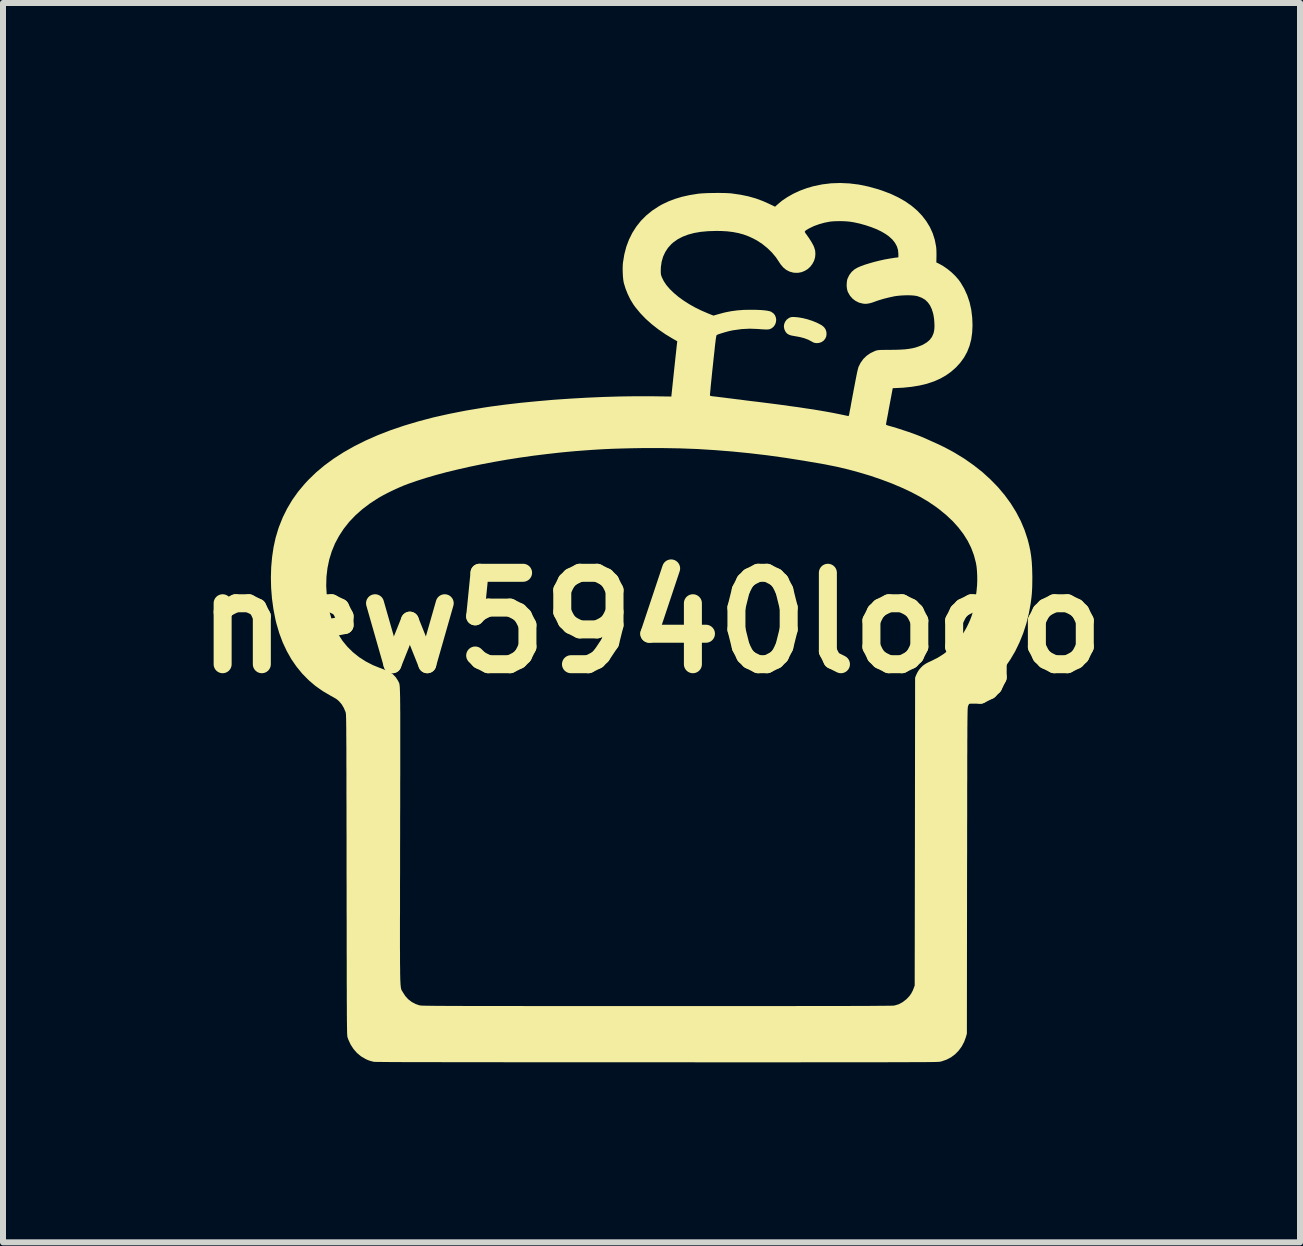
<source format=kicad_pcb>
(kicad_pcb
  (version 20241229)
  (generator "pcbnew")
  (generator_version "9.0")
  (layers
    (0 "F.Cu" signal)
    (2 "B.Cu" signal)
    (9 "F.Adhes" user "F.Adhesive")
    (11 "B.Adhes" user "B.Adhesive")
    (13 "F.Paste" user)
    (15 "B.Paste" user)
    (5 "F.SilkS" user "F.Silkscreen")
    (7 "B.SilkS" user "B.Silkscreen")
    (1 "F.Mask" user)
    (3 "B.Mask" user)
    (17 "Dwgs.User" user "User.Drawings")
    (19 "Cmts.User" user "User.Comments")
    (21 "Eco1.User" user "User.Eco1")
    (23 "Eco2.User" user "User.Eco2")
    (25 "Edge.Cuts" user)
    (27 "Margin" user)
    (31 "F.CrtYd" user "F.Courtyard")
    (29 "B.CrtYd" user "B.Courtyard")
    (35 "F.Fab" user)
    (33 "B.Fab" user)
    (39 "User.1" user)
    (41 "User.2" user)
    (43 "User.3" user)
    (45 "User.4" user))
  (footprint "new5940logo"
    (layer "F.Cu")
    (at 7.809 7.331)
    (property "Reference" "new5940logo" (at 0 0 0) (layer "F.SilkS") (effects (font (size 1.524 1.524) (thickness 0.3))))
    (attr board_only exclude_from_pos_files exclude_from_bom)
    (fp_poly (pts (xy 2.372 -5.098) (xy 2.443 -5.092) (xy 2.52 -5.079) (xy 2.601 -5.059) (xy 2.68 -5.033) (xy 2.754 -5.003) (xy 2.82 -4.969) (xy 2.839 -4.958) (xy 2.874 -4.929) (xy 2.899 -4.894) (xy 2.913 -4.855) (xy 2.917 -4.815) (xy 2.912 -4.775) (xy 2.896 -4.738) (xy 2.87 -4.705) (xy 2.835 -4.68) (xy 2.832 -4.679) (xy 2.791 -4.665) (xy 2.748 -4.662) (xy 2.711 -4.668) (xy 2.695 -4.675) (xy 2.674 -4.686) (xy 2.666 -4.691) (xy 2.61 -4.72) (xy 2.543 -4.745) (xy 2.465 -4.765) (xy 2.38 -4.78) (xy 2.331 -4.789) (xy 2.294 -4.801) (xy 2.265 -4.817) (xy 2.243 -4.839) (xy 2.233 -4.852) (xy 2.214 -4.892) (xy 2.206 -4.935) (xy 2.21 -4.977) (xy 2.226 -5.017) (xy 2.251 -5.052) (xy 2.287 -5.079) (xy 2.292 -5.082) (xy 2.315 -5.092) (xy 2.338 -5.097) (xy 2.367 -5.098)) (stroke (width 0) (type solid)) (fill yes) (layer "F.SilkS"))
    (fp_poly (pts (xy 3.298 -7.324) (xy 3.454 -7.305) (xy 3.613 -7.272) (xy 3.776 -7.227) (xy 3.847 -7.203) (xy 3.985 -7.151) (xy 4.112 -7.091) (xy 4.228 -7.025) (xy 4.333 -6.952) (xy 4.427 -6.872) (xy 4.509 -6.786) (xy 4.58 -6.694) (xy 4.639 -6.597) (xy 4.686 -6.494) (xy 4.721 -6.385) (xy 4.743 -6.271) (xy 4.746 -6.243) (xy 4.748 -6.206) (xy 4.749 -6.163) (xy 4.749 -6.121) (xy 4.749 -6.11) (xy 4.747 -6.007) (xy 4.791 -5.986) (xy 4.859 -5.948) (xy 4.929 -5.9) (xy 4.997 -5.845) (xy 5.061 -5.784) (xy 5.116 -5.721) (xy 5.148 -5.677) (xy 5.21 -5.573) (xy 5.261 -5.462) (xy 5.301 -5.344) (xy 5.329 -5.218) (xy 5.345 -5.086) (xy 5.35 -4.957) (xy 5.344 -4.836) (xy 5.328 -4.723) (xy 5.3 -4.617) (xy 5.261 -4.517) (xy 5.21 -4.424) (xy 5.147 -4.337) (xy 5.077 -4.26) (xy 4.996 -4.188) (xy 4.908 -4.125) (xy 4.811 -4.07) (xy 4.706 -4.024) (xy 4.593 -3.986) (xy 4.469 -3.956) (xy 4.336 -3.934) (xy 4.191 -3.919) (xy 4.125 -3.916) (xy 4.02 -3.911) (xy 3.964 -3.612) (xy 3.952 -3.55) (xy 3.942 -3.491) (xy 3.932 -3.439) (xy 3.923 -3.393) (xy 3.916 -3.355) (xy 3.911 -3.327) (xy 3.908 -3.31) (xy 3.908 -3.305) (xy 3.913 -3.3) (xy 3.929 -3.293) (xy 3.95 -3.286) (xy 4.025 -3.265) (xy 4.104 -3.241) (xy 4.186 -3.214) (xy 4.268 -3.187) (xy 4.346 -3.16) (xy 4.419 -3.133) (xy 4.483 -3.108) (xy 4.529 -3.089) (xy 4.614 -3.051) (xy 4.689 -3.017) (xy 4.754 -2.988) (xy 4.812 -2.961) (xy 4.863 -2.936) (xy 4.91 -2.912) (xy 4.954 -2.889) (xy 4.997 -2.866) (xy 5.04 -2.842) (xy 5.049 -2.837) (xy 5.214 -2.736) (xy 5.369 -2.627) (xy 5.515 -2.512) (xy 5.649 -2.39) (xy 5.773 -2.263) (xy 5.885 -2.13) (xy 5.986 -1.992) (xy 6.075 -1.849) (xy 6.152 -1.702) (xy 6.216 -1.551) (xy 6.267 -1.397) (xy 6.271 -1.383) (xy 6.294 -1.292) (xy 6.313 -1.203) (xy 6.327 -1.113) (xy 6.337 -1.02) (xy 6.343 -0.92) (xy 6.346 -0.811) (xy 6.347 -0.76) (xy 6.346 -0.678) (xy 6.345 -0.607) (xy 6.342 -0.542) (xy 6.338 -0.482) (xy 6.332 -0.422) (xy 6.324 -0.359) (xy 6.319 -0.323) (xy 6.288 -0.153) (xy 6.247 0.012) (xy 6.195 0.172) (xy 6.133 0.325) (xy 6.062 0.472) (xy 5.981 0.61) (xy 5.891 0.741) (xy 5.792 0.862) (xy 5.685 0.974) (xy 5.571 1.076) (xy 5.467 1.154) (xy 5.405 1.202) (xy 5.355 1.252) (xy 5.315 1.307) (xy 5.284 1.368) (xy 5.275 1.39) (xy 5.274 1.393) (xy 5.273 1.397) (xy 5.272 1.402) (xy 5.271 1.408) (xy 5.271 1.417) (xy 5.27 1.428) (xy 5.269 1.441) (xy 5.268 1.458) (xy 5.268 1.478) (xy 5.267 1.502) (xy 5.267 1.53) (xy 5.266 1.564) (xy 5.266 1.602) (xy 5.265 1.645) (xy 5.265 1.695) (xy 5.264 1.751) (xy 5.264 1.813) (xy 5.264 1.883) (xy 5.263 1.96) (xy 5.263 2.045) (xy 5.263 2.139) (xy 5.262 2.241) (xy 5.262 2.352) (xy 5.262 2.472) (xy 5.262 2.603) (xy 5.261 2.743) (xy 5.261 2.895) (xy 5.261 3.057) (xy 5.261 3.231) (xy 5.26 3.417) (xy 5.26 3.615) (xy 5.26 3.825) (xy 5.259 4.049) (xy 5.259 4.135) (xy 5.256 6.846) (xy 5.241 6.9) (xy 5.21 6.985) (xy 5.169 7.062) (xy 5.118 7.131) (xy 5.059 7.191) (xy 4.992 7.241) (xy 4.917 7.28) (xy 4.837 7.308) (xy 4.809 7.314) (xy 4.805 7.315) (xy 4.799 7.316) (xy 4.791 7.316) (xy 4.781 7.317) (xy 4.768 7.318) (xy 4.752 7.318) (xy 4.733 7.319) (xy 4.71 7.319) (xy 4.684 7.32) (xy 4.654 7.32) (xy 4.619 7.32) (xy 4.579 7.321) (xy 4.535 7.321) (xy 4.485 7.322) (xy 4.43 7.322) (xy 4.368 7.322) (xy 4.301 7.322) (xy 4.227 7.323) (xy 4.146 7.323) (xy 4.058 7.323) (xy 3.963 7.323) (xy 3.86 7.324) (xy 3.749 7.324) (xy 3.63 7.324) (xy 3.503 7.324) (xy 3.366 7.324) (xy 3.221 7.324) (xy 3.065 7.324) (xy 2.901 7.324) (xy 2.726 7.324) (xy 2.54 7.324) (xy 2.344 7.325) (xy 2.138 7.325) (xy 1.92 7.325) (xy 1.69 7.325) (xy 1.449 7.325) (xy 1.195 7.325) (xy 0.929 7.325) (xy 0.65 7.324) (xy 0.358 7.324) (xy 0.08 7.324) (xy -0.235 7.324) (xy -0.537 7.324) (xy -0.826 7.324) (xy -1.102 7.324) (xy -1.365 7.324) (xy -1.616 7.324) (xy -1.855 7.324) (xy -2.082 7.324) (xy -2.297 7.324) (xy -2.501 7.323) (xy -2.694 7.323) (xy -2.877 7.323) (xy -3.048 7.323) (xy -3.209 7.323) (xy -3.36 7.323) (xy -3.501 7.322) (xy -3.633 7.322) (xy -3.755 7.322) (xy -3.868 7.322) (xy -3.972 7.321) (xy -4.067 7.321) (xy -4.154 7.321) (xy -4.233 7.32) (xy -4.304 7.32) (xy -4.367 7.32) (xy -4.423 7.319) (xy -4.472 7.319) (xy -4.514 7.318) (xy -4.549 7.318) (xy -4.578 7.318) (xy -4.601 7.317) (xy -4.617 7.317) (xy -4.628 7.316) (xy -4.634 7.315) (xy -4.634 7.315) (xy -4.681 7.303) (xy -4.723 7.289) (xy -4.765 7.27) (xy -4.767 7.269) (xy -4.843 7.224) (xy -4.91 7.168) (xy -4.967 7.103) (xy -5.015 7.029) (xy -5.053 6.947) (xy -5.067 6.907) (xy -5.068 6.903) (xy -5.069 6.899) (xy -5.07 6.893) (xy -5.071 6.885) (xy -5.071 6.876) (xy -5.072 6.864) (xy -5.073 6.849) (xy -5.074 6.831) (xy -5.074 6.81) (xy -5.075 6.784) (xy -5.075 6.754) (xy -5.076 6.719) (xy -5.076 6.679) (xy -5.077 6.633) (xy -5.077 6.581) (xy -5.078 6.523) (xy -5.078 6.458) (xy -5.078 6.386) (xy -5.079 6.306) (xy -5.079 6.218) (xy -5.079 6.122) (xy -5.08 6.017) (xy -5.08 5.902) (xy -5.08 5.778) (xy -5.08 5.644) (xy -5.081 5.5) (xy -5.081 5.344) (xy -5.081 5.178) (xy -5.081 4.999) (xy -5.082 4.809) (xy -5.082 4.606) (xy -5.082 4.391) (xy -5.083 4.196) (xy -5.083 3.969) (xy -5.083 3.756) (xy -5.083 3.555) (xy -5.084 3.366) (xy -5.084 3.19) (xy -5.084 3.025) (xy -5.085 2.871) (xy -5.085 2.729) (xy -5.085 2.596) (xy -5.085 2.473) (xy -5.086 2.361) (xy -5.086 2.257) (xy -5.086 2.162) (xy -5.086 2.075) (xy -5.087 1.997) (xy -5.087 1.926) (xy -5.088 1.862) (xy -5.088 1.805) (xy -5.088 1.754) (xy -5.089 1.709) (xy -5.089 1.67) (xy -5.09 1.636) (xy -5.09 1.607) (xy -5.091 1.582) (xy -5.092 1.561) (xy -5.092 1.544) (xy -5.093 1.53) (xy -5.094 1.518) (xy -5.095 1.509) (xy -5.096 1.502) (xy -5.097 1.497) (xy -5.098 1.492) (xy -5.099 1.489) (xy -5.099 1.488) (xy -5.128 1.419) (xy -5.164 1.358) (xy -5.208 1.307) (xy -5.241 1.278) (xy -5.261 1.264) (xy -5.29 1.247) (xy -5.323 1.228) (xy -5.351 1.213) (xy -5.482 1.136) (xy -5.604 1.05) (xy -5.717 0.953) (xy -5.822 0.846) (xy -5.917 0.73) (xy -6.004 0.604) (xy -6.08 0.469) (xy -6.147 0.326) (xy -6.204 0.174) (xy -6.251 0.014) (xy -6.268 -0.055) (xy -6.302 -0.23) (xy -6.326 -0.405) (xy -6.34 -0.581) (xy -6.341 -0.617) (xy -5.422 -0.617) (xy -5.413 -0.462) (xy -5.391 -0.304) (xy -5.364 -0.173) (xy -5.326 -0.042) (xy -5.277 0.081) (xy -5.218 0.196) (xy -5.148 0.303) (xy -5.067 0.401) (xy -4.976 0.49) (xy -4.875 0.571) (xy -4.765 0.642) (xy -4.645 0.704) (xy -4.539 0.747) (xy -4.503 0.76) (xy -4.468 0.774) (xy -4.436 0.785) (xy -4.417 0.792) (xy -4.362 0.819) (xy -4.31 0.858) (xy -4.265 0.904) (xy -4.23 0.957) (xy -4.221 0.974) (xy -4.218 0.981) (xy -4.215 0.986) (xy -4.212 0.991) (xy -4.21 0.996) (xy -4.207 1.002) (xy -4.205 1.008) (xy -4.203 1.016) (xy -4.201 1.026) (xy -4.199 1.038) (xy -4.198 1.052) (xy -4.196 1.069) (xy -4.195 1.09) (xy -4.194 1.115) (xy -4.193 1.144) (xy -4.192 1.177) (xy -4.191 1.216) (xy -4.19 1.26) (xy -4.19 1.31) (xy -4.189 1.367) (xy -4.189 1.43) (xy -4.188 1.5) (xy -4.188 1.578) (xy -4.188 1.664) (xy -4.188 1.758) (xy -4.188 1.862) (xy -4.188 1.974) (xy -4.188 2.096) (xy -4.188 2.229) (xy -4.188 2.371) (xy -4.188 2.525) (xy -4.189 2.69) (xy -4.189 2.867) (xy -4.189 3.056) (xy -4.19 3.258) (xy -4.19 3.473) (xy -4.19 3.55) (xy -4.191 3.77) (xy -4.191 3.977) (xy -4.191 4.171) (xy -4.192 4.353) (xy -4.192 4.523) (xy -4.192 4.681) (xy -4.192 4.829) (xy -4.193 4.965) (xy -4.193 5.092) (xy -4.193 5.208) (xy -4.193 5.315) (xy -4.193 5.413) (xy -4.192 5.503) (xy -4.192 5.584) (xy -4.192 5.658) (xy -4.191 5.724) (xy -4.19 5.784) (xy -4.19 5.836) (xy -4.189 5.883) (xy -4.188 5.924) (xy -4.187 5.96) (xy -4.185 5.992) (xy -4.184 6.018) (xy -4.182 6.041) (xy -4.18 6.06) (xy -4.178 6.076) (xy -4.176 6.089) (xy -4.173 6.1) (xy -4.171 6.109) (xy -4.168 6.117) (xy -4.165 6.123) (xy -4.161 6.129) (xy -4.158 6.135) (xy -4.154 6.141) (xy -4.15 6.147) (xy -4.146 6.155) (xy -4.143 6.159) (xy -4.104 6.22) (xy -4.055 6.274) (xy -3.996 6.319) (xy -3.931 6.353) (xy -3.872 6.374) (xy -3.868 6.375) (xy -3.864 6.375) (xy -3.859 6.376) (xy -3.853 6.377) (xy -3.845 6.378) (xy -3.836 6.379) (xy -3.824 6.379) (xy -3.811 6.38) (xy -3.794 6.38) (xy -3.774 6.381) (xy -3.751 6.381) (xy -3.724 6.382) (xy -3.693 6.382) (xy -3.657 6.383) (xy -3.617 6.383) (xy -3.571 6.384) (xy -3.52 6.384) (xy -3.464 6.384) (xy -3.401 6.385) (xy -3.332 6.385) (xy -3.256 6.385) (xy -3.173 6.385) (xy -3.082 6.386) (xy -2.984 6.386) (xy -2.878 6.386) (xy -2.763 6.386) (xy -2.64 6.386) (xy -2.508 6.386) (xy -2.366 6.386) (xy -2.214 6.386) (xy -2.052 6.387) (xy -1.88 6.387) (xy -1.698 6.387) (xy -1.504 6.387) (xy -1.298 6.387) (xy -1.082 6.387) (xy -0.853 6.387) (xy -0.611 6.387) (xy -0.357 6.387) (xy -0.09 6.387) (xy 0.092 6.387) (xy 0.371 6.387) (xy 0.638 6.387) (xy 0.891 6.387) (xy 1.131 6.387) (xy 1.36 6.387) (xy 1.576 6.387) (xy 1.781 6.387) (xy 1.974 6.387) (xy 2.156 6.387) (xy 2.328 6.387) (xy 2.489 6.386) (xy 2.64 6.386) (xy 2.781 6.386) (xy 2.913 6.386) (xy 3.035 6.386) (xy 3.149 6.386) (xy 3.254 6.386) (xy 3.351 6.385) (xy 3.44 6.385) (xy 3.521 6.385) (xy 3.596 6.385) (xy 3.663 6.384) (xy 3.724 6.384) (xy 3.778 6.383) (xy 3.826 6.383) (xy 3.869 6.383) (xy 3.906 6.382) (xy 3.939 6.382) (xy 3.966 6.381) (xy 3.989 6.381) (xy 4.008 6.38) (xy 4.024 6.38) (xy 4.035 6.379) (xy 4.044 6.378) (xy 4.05 6.378) (xy 4.052 6.377) (xy 4.122 6.356) (xy 4.186 6.321) (xy 4.247 6.274) (xy 4.253 6.268) (xy 4.295 6.224) (xy 4.327 6.18) (xy 4.353 6.131) (xy 4.368 6.094) (xy 4.386 6.044) (xy 4.39 3.479) (xy 4.393 0.914) (xy 4.409 0.873) (xy 4.432 0.825) (xy 4.457 0.784) (xy 4.49 0.746) (xy 4.491 0.745) (xy 4.517 0.719) (xy 4.544 0.698) (xy 4.575 0.678) (xy 4.613 0.658) (xy 4.654 0.639) (xy 4.765 0.584) (xy 4.867 0.52) (xy 4.962 0.445) (xy 5.049 0.362) (xy 5.116 0.287) (xy 5.174 0.207) (xy 5.227 0.12) (xy 5.252 0.075) (xy 5.282 0.014) (xy 5.308 -0.044) (xy 5.33 -0.101) (xy 5.349 -0.159) (xy 5.366 -0.219) (xy 5.38 -0.285) (xy 5.393 -0.357) (xy 5.405 -0.438) (xy 5.417 -0.531) (xy 5.419 -0.552) (xy 5.426 -0.628) (xy 5.429 -0.708) (xy 5.428 -0.789) (xy 5.424 -0.867) (xy 5.417 -0.94) (xy 5.406 -1.003) (xy 5.406 -1.003) (xy 5.373 -1.128) (xy 5.328 -1.249) (xy 5.27 -1.366) (xy 5.199 -1.479) (xy 5.116 -1.588) (xy 5.02 -1.695) (xy 4.911 -1.797) (xy 4.789 -1.897) (xy 4.729 -1.941) (xy 4.608 -2.023) (xy 4.474 -2.102) (xy 4.329 -2.179) (xy 4.173 -2.252) (xy 4.008 -2.322) (xy 3.835 -2.387) (xy 3.655 -2.449) (xy 3.468 -2.505) (xy 3.277 -2.557) (xy 3.081 -2.603) (xy 2.882 -2.643) (xy 2.864 -2.646) (xy 2.544 -2.701) (xy 2.235 -2.75) (xy 1.933 -2.792) (xy 1.637 -2.827) (xy 1.345 -2.856) (xy 1.056 -2.879) (xy 0.768 -2.897) (xy 0.478 -2.908) (xy 0.185 -2.913) (xy -0.114 -2.913) (xy -0.149 -2.913) (xy -0.328 -2.91) (xy -0.495 -2.906) (xy -0.655 -2.901) (xy -0.809 -2.894) (xy -0.962 -2.885) (xy -1.115 -2.874) (xy -1.272 -2.862) (xy -1.435 -2.847) (xy -1.536 -2.837) (xy -1.756 -2.812) (xy -1.975 -2.785) (xy -2.193 -2.754) (xy -2.409 -2.72) (xy -2.621 -2.683) (xy -2.828 -2.644) (xy -3.03 -2.602) (xy -3.224 -2.558) (xy -3.411 -2.513) (xy -3.59 -2.465) (xy -3.758 -2.416) (xy -3.915 -2.366) (xy -4.061 -2.315) (xy -4.136 -2.286) (xy -4.195 -2.261) (xy -4.262 -2.231) (xy -4.332 -2.198) (xy -4.403 -2.163) (xy -4.47 -2.128) (xy -4.529 -2.095) (xy -4.553 -2.081) (xy -4.692 -1.991) (xy -4.82 -1.894) (xy -4.935 -1.792) (xy -5.039 -1.683) (xy -5.13 -1.568) (xy -5.209 -1.447) (xy -5.276 -1.322) (xy -5.33 -1.19) (xy -5.372 -1.054) (xy -5.401 -0.913) (xy -5.418 -0.767) (xy -5.422 -0.617) (xy -6.341 -0.617) (xy -6.344 -0.756) (xy -6.339 -0.928) (xy -6.324 -1.096) (xy -6.3 -1.259) (xy -6.266 -1.415) (xy -6.222 -1.563) (xy -6.207 -1.606) (xy -6.145 -1.761) (xy -6.071 -1.909) (xy -5.987 -2.05) (xy -5.891 -2.185) (xy -5.782 -2.315) (xy -5.718 -2.384) (xy -5.59 -2.508) (xy -5.449 -2.626) (xy -5.296 -2.738) (xy -5.131 -2.844) (xy -4.954 -2.944) (xy -4.764 -3.039) (xy -4.562 -3.128) (xy -4.348 -3.211) (xy -4.121 -3.288) (xy -3.883 -3.359) (xy -3.632 -3.425) (xy -3.368 -3.484) (xy -3.093 -3.538) (xy -2.805 -3.586) (xy -2.681 -3.605) (xy -2.432 -3.638) (xy -2.173 -3.668) (xy -1.905 -3.694) (xy -1.631 -3.718) (xy -1.354 -3.737) (xy -1.075 -3.753) (xy -0.798 -3.765) (xy -0.524 -3.773) (xy -0.257 -3.777) (xy 0.002 -3.776) (xy 0.044 -3.776) (xy 0.33 -3.772) (xy 0.376 -4.208) (xy 0.384 -4.284) (xy 0.392 -4.357) (xy 0.399 -4.425) (xy 0.406 -4.487) (xy 0.412 -4.542) (xy 0.417 -4.589) (xy 0.421 -4.626) (xy 0.424 -4.653) (xy 0.426 -4.667) (xy 0.426 -4.669) (xy 0.429 -4.693) (xy 0.359 -4.733) (xy 0.233 -4.809) (xy 0.114 -4.891) (xy 0.004 -4.977) (xy -0.097 -5.067) (xy -0.186 -5.16) (xy -0.264 -5.254) (xy -0.302 -5.306) (xy -0.353 -5.39) (xy -0.398 -5.482) (xy -0.435 -5.576) (xy -0.463 -5.669) (xy -0.465 -5.681) (xy -0.471 -5.718) (xy -0.476 -5.764) (xy -0.479 -5.816) (xy -0.481 -5.871) (xy -0.481 -5.885) (xy 0.154 -5.885) (xy 0.154 -5.849) (xy 0.155 -5.822) (xy 0.158 -5.801) (xy 0.164 -5.781) (xy 0.172 -5.76) (xy 0.204 -5.695) (xy 0.248 -5.629) (xy 0.305 -5.563) (xy 0.372 -5.498) (xy 0.449 -5.433) (xy 0.535 -5.371) (xy 0.629 -5.311) (xy 0.73 -5.254) (xy 0.837 -5.202) (xy 0.949 -5.154) (xy 1.032 -5.121) (xy 1.119 -5.146) (xy 1.224 -5.174) (xy 1.326 -5.194) (xy 1.429 -5.208) (xy 1.537 -5.216) (xy 1.654 -5.218) (xy 1.661 -5.218) (xy 1.744 -5.217) (xy 1.817 -5.214) (xy 1.88 -5.209) (xy 1.932 -5.202) (xy 1.972 -5.193) (xy 1.995 -5.184) (xy 2.03 -5.16) (xy 2.056 -5.129) (xy 2.071 -5.093) (xy 2.078 -5.054) (xy 2.074 -5.014) (xy 2.061 -4.975) (xy 2.038 -4.94) (xy 2.005 -4.912) (xy 2.002 -4.91) (xy 1.987 -4.902) (xy 1.973 -4.896) (xy 1.956 -4.892) (xy 1.935 -4.89) (xy 1.908 -4.889) (xy 1.874 -4.891) (xy 1.829 -4.893) (xy 1.774 -4.898) (xy 1.77 -4.898) (xy 1.636 -4.903) (xy 1.502 -4.896) (xy 1.364 -4.877) (xy 1.332 -4.871) (xy 1.299 -4.864) (xy 1.261 -4.854) (xy 1.221 -4.843) (xy 1.182 -4.831) (xy 1.146 -4.82) (xy 1.116 -4.81) (xy 1.095 -4.801) (xy 1.086 -4.796) (xy 1.084 -4.792) (xy 1.081 -4.785) (xy 1.078 -4.772) (xy 1.075 -4.754) (xy 1.071 -4.728) (xy 1.067 -4.696) (xy 1.062 -4.655) (xy 1.056 -4.605) (xy 1.05 -4.544) (xy 1.042 -4.473) (xy 1.033 -4.39) (xy 1.023 -4.294) (xy 1.023 -4.293) (xy 1.014 -4.212) (xy 1.006 -4.135) (xy 0.999 -4.063) (xy 0.992 -3.997) (xy 0.986 -3.939) (xy 0.982 -3.888) (xy 0.978 -3.847) (xy 0.975 -3.816) (xy 0.974 -3.796) (xy 0.974 -3.789) (xy 0.983 -3.783) (xy 1.004 -3.778) (xy 1.027 -3.775) (xy 1.045 -3.773) (xy 1.075 -3.77) (xy 1.114 -3.765) (xy 1.162 -3.759) (xy 1.215 -3.753) (xy 1.273 -3.745) (xy 1.334 -3.738) (xy 1.339 -3.737) (xy 1.409 -3.728) (xy 1.487 -3.719) (xy 1.567 -3.708) (xy 1.647 -3.698) (xy 1.722 -3.689) (xy 1.79 -3.681) (xy 1.821 -3.677) (xy 1.995 -3.655) (xy 2.157 -3.634) (xy 2.307 -3.613) (xy 2.447 -3.594) (xy 2.577 -3.574) (xy 2.699 -3.556) (xy 2.814 -3.537) (xy 2.923 -3.518) (xy 3.026 -3.499) (xy 3.126 -3.479) (xy 3.222 -3.459) (xy 3.283 -3.446) (xy 3.287 -3.452) (xy 3.292 -3.467) (xy 3.295 -3.481) (xy 3.298 -3.494) (xy 3.302 -3.52) (xy 3.309 -3.556) (xy 3.318 -3.601) (xy 3.327 -3.654) (xy 3.338 -3.713) (xy 3.35 -3.777) (xy 3.363 -3.845) (xy 3.367 -3.87) (xy 3.383 -3.951) (xy 3.397 -4.026) (xy 3.41 -4.092) (xy 3.421 -4.148) (xy 3.431 -4.195) (xy 3.44 -4.231) (xy 3.446 -4.254) (xy 3.448 -4.262) (xy 3.484 -4.334) (xy 3.53 -4.398) (xy 3.586 -4.452) (xy 3.651 -4.497) (xy 3.724 -4.531) (xy 3.73 -4.533) (xy 3.744 -4.538) (xy 3.757 -4.542) (xy 3.771 -4.544) (xy 3.788 -4.546) (xy 3.81 -4.548) (xy 3.839 -4.549) (xy 3.876 -4.549) (xy 3.923 -4.55) (xy 3.975 -4.55) (xy 4.07 -4.551) (xy 4.154 -4.554) (xy 4.227 -4.559) (xy 4.292 -4.567) (xy 4.35 -4.577) (xy 4.403 -4.59) (xy 4.453 -4.607) (xy 4.502 -4.626) (xy 4.531 -4.64) (xy 4.59 -4.676) (xy 4.638 -4.718) (xy 4.675 -4.768) (xy 4.7 -4.826) (xy 4.709 -4.864) (xy 4.714 -4.902) (xy 4.716 -4.95) (xy 4.714 -5.003) (xy 4.71 -5.057) (xy 4.703 -5.109) (xy 4.694 -5.154) (xy 4.693 -5.158) (xy 4.67 -5.231) (xy 4.64 -5.293) (xy 4.604 -5.343) (xy 4.56 -5.385) (xy 4.506 -5.417) (xy 4.444 -5.441) (xy 4.418 -5.448) (xy 4.381 -5.454) (xy 4.334 -5.458) (xy 4.28 -5.46) (xy 4.222 -5.459) (xy 4.163 -5.456) (xy 4.106 -5.451) (xy 4.054 -5.444) (xy 3.961 -5.424) (xy 3.865 -5.4) (xy 3.773 -5.372) (xy 3.726 -5.355) (xy 3.672 -5.336) (xy 3.626 -5.324) (xy 3.586 -5.318) (xy 3.548 -5.318) (xy 3.522 -5.321) (xy 3.458 -5.337) (xy 3.4 -5.366) (xy 3.35 -5.404) (xy 3.308 -5.452) (xy 3.276 -5.508) (xy 3.267 -5.529) (xy 3.257 -5.57) (xy 3.252 -5.618) (xy 3.254 -5.668) (xy 3.26 -5.714) (xy 3.267 -5.737) (xy 3.296 -5.797) (xy 3.335 -5.849) (xy 3.384 -5.892) (xy 3.434 -5.921) (xy 3.489 -5.945) (xy 3.555 -5.969) (xy 3.63 -5.992) (xy 3.71 -6.015) (xy 3.794 -6.036) (xy 3.878 -6.055) (xy 3.96 -6.07) (xy 4.037 -6.082) (xy 4.046 -6.084) (xy 4.114 -6.092) (xy 4.114 -6.15) (xy 4.108 -6.215) (xy 4.089 -6.276) (xy 4.058 -6.333) (xy 4.015 -6.388) (xy 3.958 -6.44) (xy 3.904 -6.479) (xy 3.835 -6.52) (xy 3.755 -6.559) (xy 3.666 -6.594) (xy 3.571 -6.626) (xy 3.472 -6.654) (xy 3.371 -6.676) (xy 3.322 -6.684) (xy 3.279 -6.689) (xy 3.228 -6.693) (xy 3.172 -6.695) (xy 3.115 -6.695) (xy 3.06 -6.694) (xy 3.011 -6.691) (xy 2.973 -6.687) (xy 2.881 -6.669) (xy 2.792 -6.644) (xy 2.709 -6.614) (xy 2.634 -6.578) (xy 2.61 -6.565) (xy 2.581 -6.547) (xy 2.563 -6.534) (xy 2.555 -6.523) (xy 2.557 -6.51) (xy 2.567 -6.493) (xy 2.584 -6.47) (xy 2.616 -6.425) (xy 2.647 -6.378) (xy 2.674 -6.333) (xy 2.696 -6.293) (xy 2.709 -6.264) (xy 2.727 -6.205) (xy 2.731 -6.145) (xy 2.725 -6.087) (xy 2.708 -6.033) (xy 2.681 -5.982) (xy 2.646 -5.936) (xy 2.604 -5.897) (xy 2.555 -5.867) (xy 2.501 -5.845) (xy 2.443 -5.834) (xy 2.382 -5.835) (xy 2.364 -5.837) (xy 2.301 -5.854) (xy 2.245 -5.883) (xy 2.195 -5.924) (xy 2.15 -5.977) (xy 2.128 -6.011) (xy 2.073 -6.093) (xy 2.007 -6.172) (xy 1.931 -6.246) (xy 1.847 -6.314) (xy 1.757 -6.373) (xy 1.695 -6.406) (xy 1.615 -6.443) (xy 1.533 -6.473) (xy 1.449 -6.496) (xy 1.361 -6.513) (xy 1.266 -6.525) (xy 1.161 -6.531) (xy 1.077 -6.532) (xy 0.944 -6.528) (xy 0.822 -6.517) (xy 0.711 -6.498) (xy 0.61 -6.471) (xy 0.519 -6.436) (xy 0.438 -6.394) (xy 0.365 -6.343) (xy 0.331 -6.313) (xy 0.275 -6.251) (xy 0.229 -6.181) (xy 0.193 -6.104) (xy 0.169 -6.021) (xy 0.156 -5.933) (xy 0.154 -5.885) (xy -0.481 -5.885) (xy -0.481 -5.925) (xy -0.479 -5.974) (xy -0.476 -6.004) (xy -0.454 -6.139) (xy -0.421 -6.267) (xy -0.376 -6.387) (xy -0.32 -6.5) (xy -0.253 -6.605) (xy -0.175 -6.703) (xy -0.086 -6.792) (xy 0.013 -6.872) (xy 0.123 -6.944) (xy 0.178 -6.975) (xy 0.281 -7.024) (xy 0.391 -7.066) (xy 0.507 -7.101) (xy 0.633 -7.129) (xy 0.769 -7.151) (xy 0.785 -7.153) (xy 0.828 -7.157) (xy 0.881 -7.16) (xy 0.942 -7.163) (xy 1.008 -7.164) (xy 1.077 -7.165) (xy 1.145 -7.165) (xy 1.209 -7.164) (xy 1.268 -7.162) (xy 1.317 -7.159) (xy 1.342 -7.156) (xy 1.481 -7.136) (xy 1.612 -7.109) (xy 1.736 -7.074) (xy 1.856 -7.03) (xy 1.959 -6.984) (xy 2.059 -6.936) (xy 2.092 -6.966) (xy 2.172 -7.034) (xy 2.264 -7.096) (xy 2.365 -7.153) (xy 2.473 -7.203) (xy 2.587 -7.245) (xy 2.696 -7.277) (xy 2.845 -7.308) (xy 2.994 -7.326) (xy 3.145 -7.331)) (stroke (width 0) (type solid)) (fill yes) (layer "F.SilkS")))
  (gr_rect
    (start -3 -3)
    (end 18.617 17.656)
    (stroke (width 0.1) (type default))
    (fill no)
    (layer "Edge.Cuts")))
</source>
